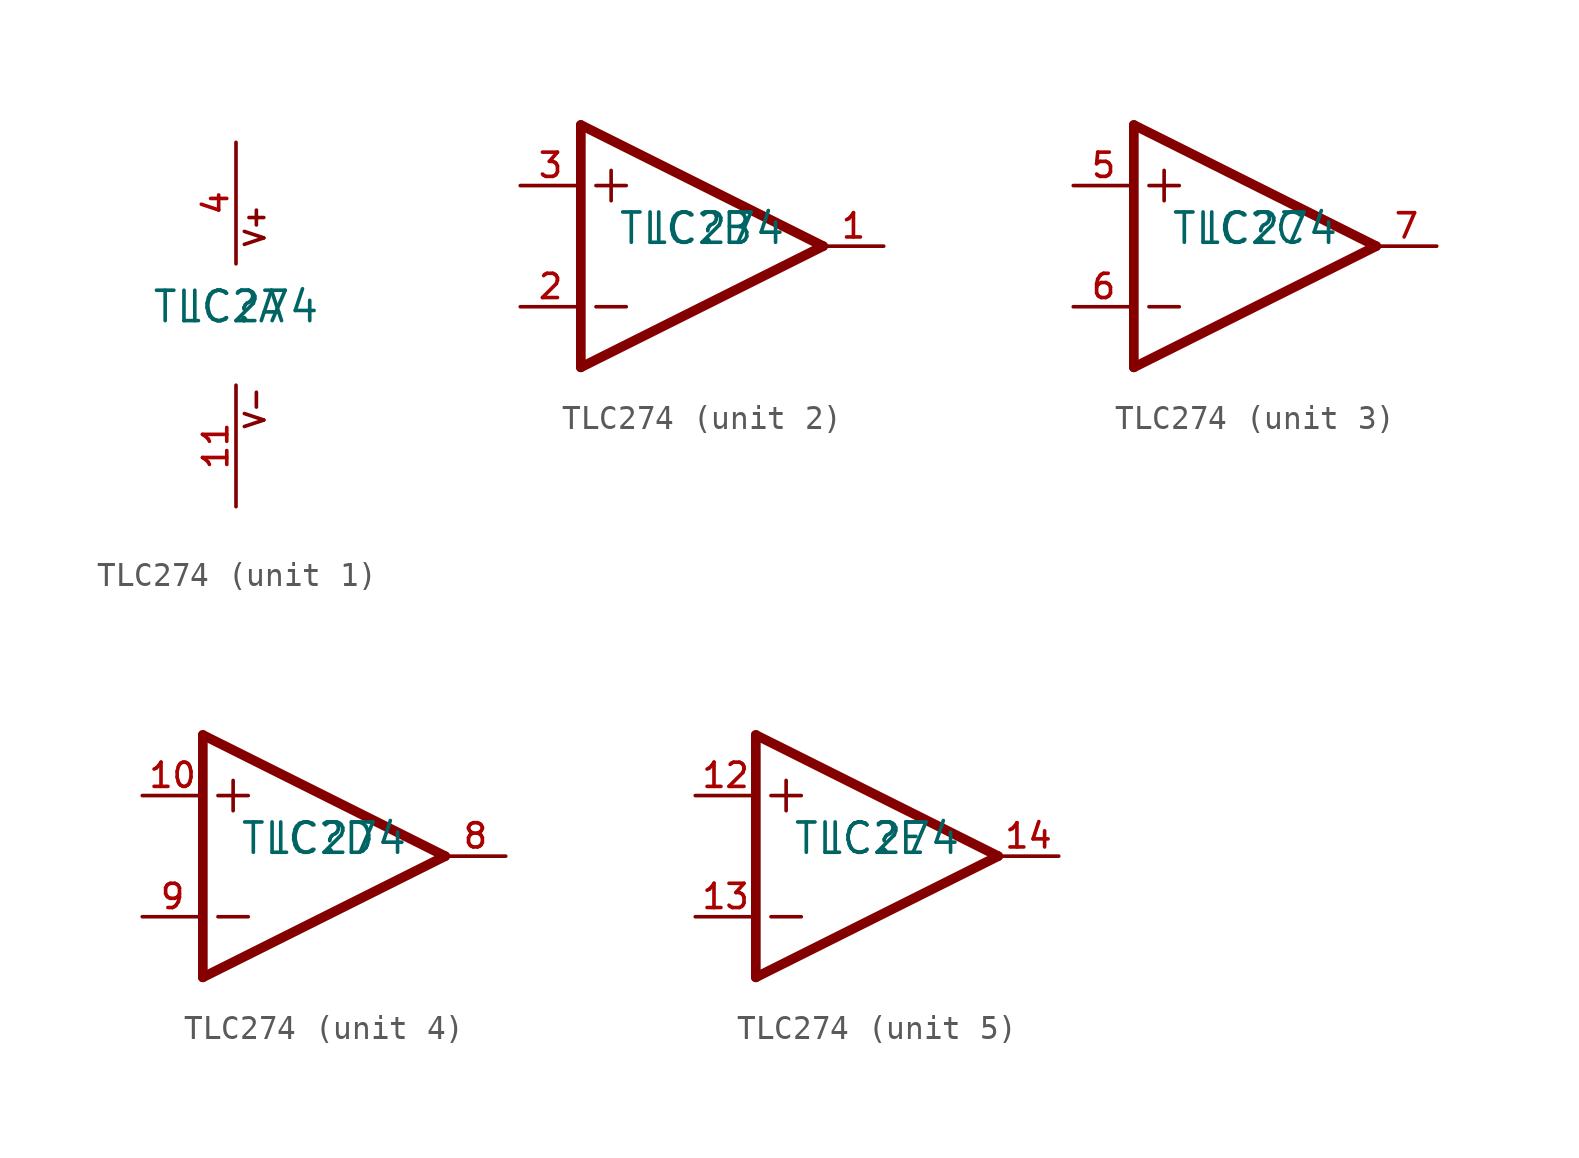
<source format=kicad_sym>
(kicad_symbol_lib
  (version 20211014)
  (generator kicad_symbol_editor)
  (symbol "TLC274"
    (pin_names
      (offset 1.016))
    (property "Reference" "IC"
      (at 0 0 0)
      (effects (font (size 1.27 1.27)) (justify bottom)))
    (property "Value" "TLC274"
      (at 0 0.0 0)
      (effects (font (size 1.27 1.27)) (justify bottom)))
    (symbol "TLC274_1_0"
      (text "V+" (at 1.27 3.175 900) (effects (font (size 0.813 0.813)) (justify bottom left)))
      (text "V-" (at 1.27 -4.445 900) (effects (font (size 0.813 0.813)) (justify bottom left)))
      (pin power_in line (at 0.0 7.62 270.0) (length 5.08) (name "~" (effects (font (size 1.016 1.016)))) (number "4" (effects (font (size 1.016 1.016)))))
      (pin power_in line (at 0.0 -7.62 90.0) (length 5.08) (name "~" (effects (font (size 1.016 1.016)))) (number "11" (effects (font (size 1.016 1.016))))))
    (symbol "TLC274_2_0"
      (polyline (pts (xy -5.08 5.08) (xy -5.08 -5.08)) (stroke (width 0.406)))
      (polyline (pts (xy -5.08 -5.08) (xy 5.08 0.0)) (stroke (width 0.406)))
      (polyline (pts (xy 5.08 0.0) (xy -5.08 5.08)) (stroke (width 0.406)))
      (polyline (pts (xy -3.81 3.175) (xy -3.81 1.905)) (stroke (width 0.152)))
      (polyline (pts (xy -4.445 2.54) (xy -3.175 2.54)) (stroke (width 0.152)))
      (polyline (pts (xy -4.445 -2.54) (xy -3.175 -2.54)) (stroke (width 0.152)))
      (pin input line (at -7.62 -2.54 0) (length 2.54) (name "~" (effects (font (size 1.016 1.016)))) (number "2" (effects (font (size 1.016 1.016)))))
      (pin input line (at -7.62 2.54 0) (length 2.54) (name "~" (effects (font (size 1.016 1.016)))) (number "3" (effects (font (size 1.016 1.016)))))
      (pin output line (at 7.62 0.0 180.0) (length 2.54) (name "~" (effects (font (size 1.016 1.016)))) (number "1" (effects (font (size 1.016 1.016))))))
    (symbol "TLC274_3_0"
      (polyline (pts (xy -5.08 5.08) (xy -5.08 -5.08)) (stroke (width 0.406)))
      (polyline (pts (xy -5.08 -5.08) (xy 5.08 0.0)) (stroke (width 0.406)))
      (polyline (pts (xy 5.08 0.0) (xy -5.08 5.08)) (stroke (width 0.406)))
      (polyline (pts (xy -3.81 3.175) (xy -3.81 1.905)) (stroke (width 0.152)))
      (polyline (pts (xy -4.445 2.54) (xy -3.175 2.54)) (stroke (width 0.152)))
      (polyline (pts (xy -4.445 -2.54) (xy -3.175 -2.54)) (stroke (width 0.152)))
      (pin input line (at -7.62 -2.54 0) (length 2.54) (name "~" (effects (font (size 1.016 1.016)))) (number "6" (effects (font (size 1.016 1.016)))))
      (pin input line (at -7.62 2.54 0) (length 2.54) (name "~" (effects (font (size 1.016 1.016)))) (number "5" (effects (font (size 1.016 1.016)))))
      (pin output line (at 7.62 0.0 180.0) (length 2.54) (name "~" (effects (font (size 1.016 1.016)))) (number "7" (effects (font (size 1.016 1.016))))))
    (symbol "TLC274_4_0"
      (polyline (pts (xy -5.08 5.08) (xy -5.08 -5.08)) (stroke (width 0.406)))
      (polyline (pts (xy -5.08 -5.08) (xy 5.08 0.0)) (stroke (width 0.406)))
      (polyline (pts (xy 5.08 0.0) (xy -5.08 5.08)) (stroke (width 0.406)))
      (polyline (pts (xy -3.81 3.175) (xy -3.81 1.905)) (stroke (width 0.152)))
      (polyline (pts (xy -4.445 2.54) (xy -3.175 2.54)) (stroke (width 0.152)))
      (polyline (pts (xy -4.445 -2.54) (xy -3.175 -2.54)) (stroke (width 0.152)))
      (pin input line (at -7.62 -2.54 0) (length 2.54) (name "~" (effects (font (size 1.016 1.016)))) (number "9" (effects (font (size 1.016 1.016)))))
      (pin input line (at -7.62 2.54 0) (length 2.54) (name "~" (effects (font (size 1.016 1.016)))) (number "10" (effects (font (size 1.016 1.016)))))
      (pin output line (at 7.62 0.0 180.0) (length 2.54) (name "~" (effects (font (size 1.016 1.016)))) (number "8" (effects (font (size 1.016 1.016))))))
    (symbol "TLC274_5_0"
      (polyline (pts (xy -5.08 5.08) (xy -5.08 -5.08)) (stroke (width 0.406)))
      (polyline (pts (xy -5.08 -5.08) (xy 5.08 0.0)) (stroke (width 0.406)))
      (polyline (pts (xy 5.08 0.0) (xy -5.08 5.08)) (stroke (width 0.406)))
      (polyline (pts (xy -3.81 3.175) (xy -3.81 1.905)) (stroke (width 0.152)))
      (polyline (pts (xy -4.445 2.54) (xy -3.175 2.54)) (stroke (width 0.152)))
      (polyline (pts (xy -4.445 -2.54) (xy -3.175 -2.54)) (stroke (width 0.152)))
      (pin input line (at -7.62 -2.54 0) (length 2.54) (name "~" (effects (font (size 1.016 1.016)))) (number "13" (effects (font (size 1.016 1.016)))))
      (pin input line (at -7.62 2.54 0) (length 2.54) (name "~" (effects (font (size 1.016 1.016)))) (number "12" (effects (font (size 1.016 1.016)))))
      (pin output line (at 7.62 0.0 180.0) (length 2.54) (name "~" (effects (font (size 1.016 1.016)))) (number "14" (effects (font (size 1.016 1.016))))))))
</source>
